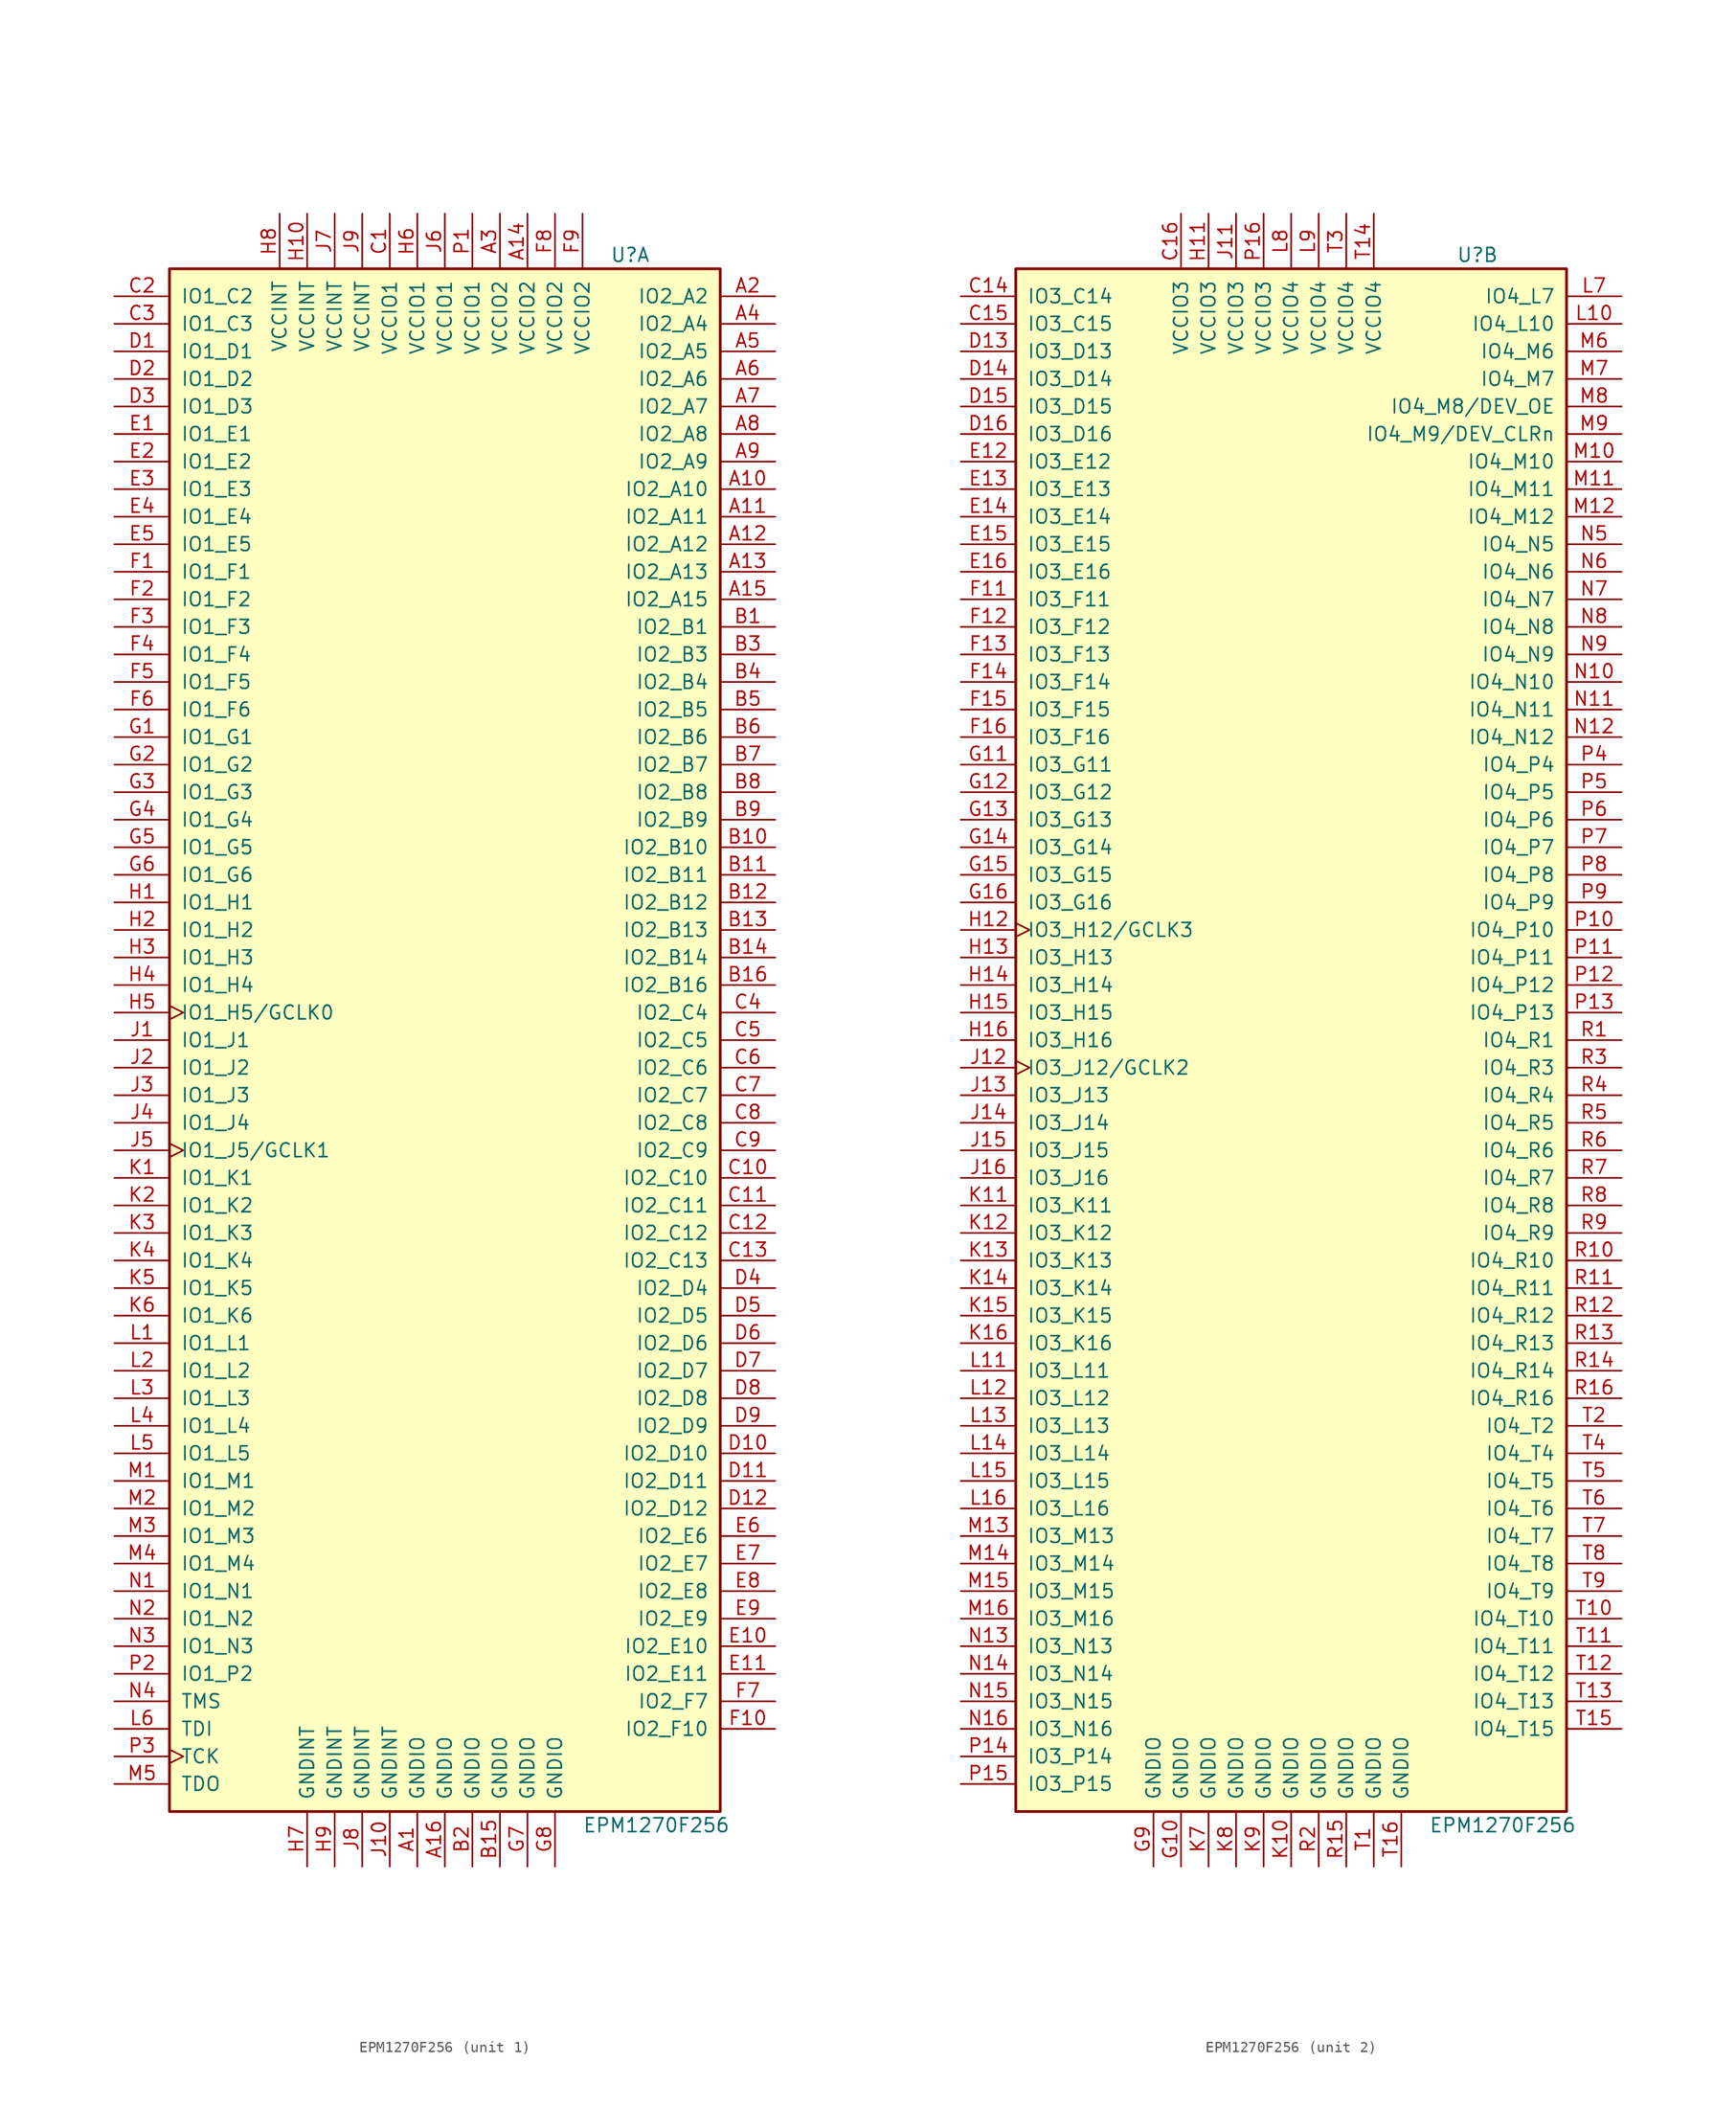
<source format=kicad_sym>
(kicad_symbol_lib
  (version 20241209)
  (generator "kicad_symbol_editor")
  (generator_version "9.0")
  (symbol "EPM1270F256"
    (pin_names
      (offset 1.016))
    (property "Reference" "U"
      (at 15.24 72.39 0)
      (effects (font (size 1.27 1.27)) (justify left)))
    (property "Value" "EPM1270F256"
      (at 12.7 -72.39 0)
      (effects (font (size 1.27 1.27)) (justify left)))
    (property "ki_locked" ""
      (at 0 0 0)
      (effects (font (size 1.27 1.27))))
    (symbol "EPM1270F256_1_1"
      (rectangle (start -25.4 71.12) (end 25.4 -71.12) (stroke (width 0.254) (type default)) (fill (type background)))
      (pin bidirectional line (at -30.48 68.58 0) (length 5.08) (name "IO1_C2" (effects (font (size 1.27 1.27)))) (number "C2" (effects (font (size 1.27 1.27)))))
      (pin bidirectional line (at -30.48 66.04 0) (length 5.08) (name "IO1_C3" (effects (font (size 1.27 1.27)))) (number "C3" (effects (font (size 1.27 1.27)))))
      (pin bidirectional line (at -30.48 63.5 0) (length 5.08) (name "IO1_D1" (effects (font (size 1.27 1.27)))) (number "D1" (effects (font (size 1.27 1.27)))))
      (pin bidirectional line (at -30.48 60.96 0) (length 5.08) (name "IO1_D2" (effects (font (size 1.27 1.27)))) (number "D2" (effects (font (size 1.27 1.27)))))
      (pin bidirectional line (at -30.48 58.42 0) (length 5.08) (name "IO1_D3" (effects (font (size 1.27 1.27)))) (number "D3" (effects (font (size 1.27 1.27)))))
      (pin bidirectional line (at -30.48 55.88 0) (length 5.08) (name "IO1_E1" (effects (font (size 1.27 1.27)))) (number "E1" (effects (font (size 1.27 1.27)))))
      (pin bidirectional line (at -30.48 53.34 0) (length 5.08) (name "IO1_E2" (effects (font (size 1.27 1.27)))) (number "E2" (effects (font (size 1.27 1.27)))))
      (pin bidirectional line (at -30.48 50.8 0) (length 5.08) (name "IO1_E3" (effects (font (size 1.27 1.27)))) (number "E3" (effects (font (size 1.27 1.27)))))
      (pin bidirectional line (at -30.48 48.26 0) (length 5.08) (name "IO1_E4" (effects (font (size 1.27 1.27)))) (number "E4" (effects (font (size 1.27 1.27)))))
      (pin bidirectional line (at -30.48 45.72 0) (length 5.08) (name "IO1_E5" (effects (font (size 1.27 1.27)))) (number "E5" (effects (font (size 1.27 1.27)))))
      (pin bidirectional line (at -30.48 43.18 0) (length 5.08) (name "IO1_F1" (effects (font (size 1.27 1.27)))) (number "F1" (effects (font (size 1.27 1.27)))))
      (pin bidirectional line (at -30.48 40.64 0) (length 5.08) (name "IO1_F2" (effects (font (size 1.27 1.27)))) (number "F2" (effects (font (size 1.27 1.27)))))
      (pin bidirectional line (at -30.48 38.1 0) (length 5.08) (name "IO1_F3" (effects (font (size 1.27 1.27)))) (number "F3" (effects (font (size 1.27 1.27)))))
      (pin bidirectional line (at -30.48 35.56 0) (length 5.08) (name "IO1_F4" (effects (font (size 1.27 1.27)))) (number "F4" (effects (font (size 1.27 1.27)))))
      (pin bidirectional line (at -30.48 33.02 0) (length 5.08) (name "IO1_F5" (effects (font (size 1.27 1.27)))) (number "F5" (effects (font (size 1.27 1.27)))))
      (pin bidirectional line (at -30.48 30.48 0) (length 5.08) (name "IO1_F6" (effects (font (size 1.27 1.27)))) (number "F6" (effects (font (size 1.27 1.27)))))
      (pin bidirectional line (at -30.48 27.94 0) (length 5.08) (name "IO1_G1" (effects (font (size 1.27 1.27)))) (number "G1" (effects (font (size 1.27 1.27)))))
      (pin bidirectional line (at -30.48 25.4 0) (length 5.08) (name "IO1_G2" (effects (font (size 1.27 1.27)))) (number "G2" (effects (font (size 1.27 1.27)))))
      (pin bidirectional line (at -30.48 22.86 0) (length 5.08) (name "IO1_G3" (effects (font (size 1.27 1.27)))) (number "G3" (effects (font (size 1.27 1.27)))))
      (pin bidirectional line (at -30.48 20.32 0) (length 5.08) (name "IO1_G4" (effects (font (size 1.27 1.27)))) (number "G4" (effects (font (size 1.27 1.27)))))
      (pin bidirectional line (at -30.48 17.78 0) (length 5.08) (name "IO1_G5" (effects (font (size 1.27 1.27)))) (number "G5" (effects (font (size 1.27 1.27)))))
      (pin bidirectional line (at -30.48 15.24 0) (length 5.08) (name "IO1_G6" (effects (font (size 1.27 1.27)))) (number "G6" (effects (font (size 1.27 1.27)))))
      (pin bidirectional line (at -30.48 12.7 0) (length 5.08) (name "IO1_H1" (effects (font (size 1.27 1.27)))) (number "H1" (effects (font (size 1.27 1.27)))))
      (pin bidirectional line (at -30.48 10.16 0) (length 5.08) (name "IO1_H2" (effects (font (size 1.27 1.27)))) (number "H2" (effects (font (size 1.27 1.27)))))
      (pin bidirectional line (at -30.48 7.62 0) (length 5.08) (name "IO1_H3" (effects (font (size 1.27 1.27)))) (number "H3" (effects (font (size 1.27 1.27)))))
      (pin bidirectional line (at -30.48 5.08 0) (length 5.08) (name "IO1_H4" (effects (font (size 1.27 1.27)))) (number "H4" (effects (font (size 1.27 1.27)))))
      (pin bidirectional clock (at -30.48 2.54 0) (length 5.08) (name "IO1_H5/GCLK0" (effects (font (size 1.27 1.27)))) (number "H5" (effects (font (size 1.27 1.27)))))
      (pin bidirectional line (at -30.48 0 0) (length 5.08) (name "IO1_J1" (effects (font (size 1.27 1.27)))) (number "J1" (effects (font (size 1.27 1.27)))))
      (pin bidirectional line (at -30.48 -2.54 0) (length 5.08) (name "IO1_J2" (effects (font (size 1.27 1.27)))) (number "J2" (effects (font (size 1.27 1.27)))))
      (pin bidirectional line (at -30.48 -5.08 0) (length 5.08) (name "IO1_J3" (effects (font (size 1.27 1.27)))) (number "J3" (effects (font (size 1.27 1.27)))))
      (pin bidirectional line (at -30.48 -7.62 0) (length 5.08) (name "IO1_J4" (effects (font (size 1.27 1.27)))) (number "J4" (effects (font (size 1.27 1.27)))))
      (pin bidirectional clock (at -30.48 -10.16 0) (length 5.08) (name "IO1_J5/GCLK1" (effects (font (size 1.27 1.27)))) (number "J5" (effects (font (size 1.27 1.27)))))
      (pin bidirectional line (at -30.48 -12.7 0) (length 5.08) (name "IO1_K1" (effects (font (size 1.27 1.27)))) (number "K1" (effects (font (size 1.27 1.27)))))
      (pin bidirectional line (at -30.48 -15.24 0) (length 5.08) (name "IO1_K2" (effects (font (size 1.27 1.27)))) (number "K2" (effects (font (size 1.27 1.27)))))
      (pin bidirectional line (at -30.48 -17.78 0) (length 5.08) (name "IO1_K3" (effects (font (size 1.27 1.27)))) (number "K3" (effects (font (size 1.27 1.27)))))
      (pin bidirectional line (at -30.48 -20.32 0) (length 5.08) (name "IO1_K4" (effects (font (size 1.27 1.27)))) (number "K4" (effects (font (size 1.27 1.27)))))
      (pin bidirectional line (at -30.48 -22.86 0) (length 5.08) (name "IO1_K5" (effects (font (size 1.27 1.27)))) (number "K5" (effects (font (size 1.27 1.27)))))
      (pin bidirectional line (at -30.48 -25.4 0) (length 5.08) (name "IO1_K6" (effects (font (size 1.27 1.27)))) (number "K6" (effects (font (size 1.27 1.27)))))
      (pin bidirectional line (at -30.48 -27.94 0) (length 5.08) (name "IO1_L1" (effects (font (size 1.27 1.27)))) (number "L1" (effects (font (size 1.27 1.27)))))
      (pin bidirectional line (at -30.48 -30.48 0) (length 5.08) (name "IO1_L2" (effects (font (size 1.27 1.27)))) (number "L2" (effects (font (size 1.27 1.27)))))
      (pin bidirectional line (at -30.48 -33.02 0) (length 5.08) (name "IO1_L3" (effects (font (size 1.27 1.27)))) (number "L3" (effects (font (size 1.27 1.27)))))
      (pin bidirectional line (at -30.48 -35.56 0) (length 5.08) (name "IO1_L4" (effects (font (size 1.27 1.27)))) (number "L4" (effects (font (size 1.27 1.27)))))
      (pin bidirectional line (at -30.48 -38.1 0) (length 5.08) (name "IO1_L5" (effects (font (size 1.27 1.27)))) (number "L5" (effects (font (size 1.27 1.27)))))
      (pin bidirectional line (at -30.48 -40.64 0) (length 5.08) (name "IO1_M1" (effects (font (size 1.27 1.27)))) (number "M1" (effects (font (size 1.27 1.27)))))
      (pin bidirectional line (at -30.48 -43.18 0) (length 5.08) (name "IO1_M2" (effects (font (size 1.27 1.27)))) (number "M2" (effects (font (size 1.27 1.27)))))
      (pin bidirectional line (at -30.48 -45.72 0) (length 5.08) (name "IO1_M3" (effects (font (size 1.27 1.27)))) (number "M3" (effects (font (size 1.27 1.27)))))
      (pin bidirectional line (at -30.48 -48.26 0) (length 5.08) (name "IO1_M4" (effects (font (size 1.27 1.27)))) (number "M4" (effects (font (size 1.27 1.27)))))
      (pin bidirectional line (at -30.48 -50.8 0) (length 5.08) (name "IO1_N1" (effects (font (size 1.27 1.27)))) (number "N1" (effects (font (size 1.27 1.27)))))
      (pin bidirectional line (at -30.48 -53.34 0) (length 5.08) (name "IO1_N2" (effects (font (size 1.27 1.27)))) (number "N2" (effects (font (size 1.27 1.27)))))
      (pin bidirectional line (at -30.48 -55.88 0) (length 5.08) (name "IO1_N3" (effects (font (size 1.27 1.27)))) (number "N3" (effects (font (size 1.27 1.27)))))
      (pin bidirectional line (at -30.48 -58.42 0) (length 5.08) (name "IO1_P2" (effects (font (size 1.27 1.27)))) (number "P2" (effects (font (size 1.27 1.27)))))
      (pin input line (at -30.48 -60.96 0) (length 5.08) (name "TMS" (effects (font (size 1.27 1.27)))) (number "N4" (effects (font (size 1.27 1.27)))))
      (pin input line (at -30.48 -63.5 0) (length 5.08) (name "TDI" (effects (font (size 1.27 1.27)))) (number "L6" (effects (font (size 1.27 1.27)))))
      (pin input clock (at -30.48 -66.04 0) (length 5.08) (name "TCK" (effects (font (size 1.27 1.27)))) (number "P3" (effects (font (size 1.27 1.27)))))
      (pin output line (at -30.48 -68.58 0) (length 5.08) (name "TDO" (effects (font (size 1.27 1.27)))) (number "M5" (effects (font (size 1.27 1.27)))))
      (pin power_in line (at -15.24 76.2 270) (length 5.08) (name "VCCINT" (effects (font (size 1.27 1.27)))) (number "H8" (effects (font (size 1.27 1.27)))))
      (pin power_in line (at -12.7 76.2 270) (length 5.08) (name "VCCINT" (effects (font (size 1.27 1.27)))) (number "H10" (effects (font (size 1.27 1.27)))))
      (pin power_in line (at -12.7 -76.2 90) (length 5.08) (name "GNDINT" (effects (font (size 1.27 1.27)))) (number "H7" (effects (font (size 1.27 1.27)))))
      (pin power_in line (at -10.16 76.2 270) (length 5.08) (name "VCCINT" (effects (font (size 1.27 1.27)))) (number "J7" (effects (font (size 1.27 1.27)))))
      (pin power_in line (at -10.16 -76.2 90) (length 5.08) (name "GNDINT" (effects (font (size 1.27 1.27)))) (number "H9" (effects (font (size 1.27 1.27)))))
      (pin power_in line (at -7.62 76.2 270) (length 5.08) (name "VCCINT" (effects (font (size 1.27 1.27)))) (number "J9" (effects (font (size 1.27 1.27)))))
      (pin power_in line (at -7.62 -76.2 90) (length 5.08) (name "GNDINT" (effects (font (size 1.27 1.27)))) (number "J8" (effects (font (size 1.27 1.27)))))
      (pin power_in line (at -5.08 76.2 270) (length 5.08) (name "VCCIO1" (effects (font (size 1.27 1.27)))) (number "C1" (effects (font (size 1.27 1.27)))))
      (pin power_in line (at -5.08 -76.2 90) (length 5.08) (name "GNDINT" (effects (font (size 1.27 1.27)))) (number "J10" (effects (font (size 1.27 1.27)))))
      (pin power_in line (at -2.54 76.2 270) (length 5.08) (name "VCCIO1" (effects (font (size 1.27 1.27)))) (number "H6" (effects (font (size 1.27 1.27)))))
      (pin power_in line (at -2.54 -76.2 90) (length 5.08) (name "GNDIO" (effects (font (size 1.27 1.27)))) (number "A1" (effects (font (size 1.27 1.27)))))
      (pin power_in line (at 0 76.2 270) (length 5.08) (name "VCCIO1" (effects (font (size 1.27 1.27)))) (number "J6" (effects (font (size 1.27 1.27)))))
      (pin power_in line (at 0 -76.2 90) (length 5.08) (name "GNDIO" (effects (font (size 1.27 1.27)))) (number "A16" (effects (font (size 1.27 1.27)))))
      (pin power_in line (at 2.54 76.2 270) (length 5.08) (name "VCCIO1" (effects (font (size 1.27 1.27)))) (number "P1" (effects (font (size 1.27 1.27)))))
      (pin power_in line (at 2.54 -76.2 90) (length 5.08) (name "GNDIO" (effects (font (size 1.27 1.27)))) (number "B2" (effects (font (size 1.27 1.27)))))
      (pin power_in line (at 5.08 76.2 270) (length 5.08) (name "VCCIO2" (effects (font (size 1.27 1.27)))) (number "A3" (effects (font (size 1.27 1.27)))))
      (pin power_in line (at 5.08 -76.2 90) (length 5.08) (name "GNDIO" (effects (font (size 1.27 1.27)))) (number "B15" (effects (font (size 1.27 1.27)))))
      (pin power_in line (at 7.62 76.2 270) (length 5.08) (name "VCCIO2" (effects (font (size 1.27 1.27)))) (number "A14" (effects (font (size 1.27 1.27)))))
      (pin power_in line (at 7.62 -76.2 90) (length 5.08) (name "GNDIO" (effects (font (size 1.27 1.27)))) (number "G7" (effects (font (size 1.27 1.27)))))
      (pin power_in line (at 10.16 76.2 270) (length 5.08) (name "VCCIO2" (effects (font (size 1.27 1.27)))) (number "F8" (effects (font (size 1.27 1.27)))))
      (pin power_in line (at 10.16 -76.2 90) (length 5.08) (name "GNDIO" (effects (font (size 1.27 1.27)))) (number "G8" (effects (font (size 1.27 1.27)))))
      (pin power_in line (at 12.7 76.2 270) (length 5.08) (name "VCCIO2" (effects (font (size 1.27 1.27)))) (number "F9" (effects (font (size 1.27 1.27)))))
      (pin bidirectional line (at 30.48 68.58 180) (length 5.08) (name "IO2_A2" (effects (font (size 1.27 1.27)))) (number "A2" (effects (font (size 1.27 1.27)))))
      (pin bidirectional line (at 30.48 66.04 180) (length 5.08) (name "IO2_A4" (effects (font (size 1.27 1.27)))) (number "A4" (effects (font (size 1.27 1.27)))))
      (pin bidirectional line (at 30.48 63.5 180) (length 5.08) (name "IO2_A5" (effects (font (size 1.27 1.27)))) (number "A5" (effects (font (size 1.27 1.27)))))
      (pin bidirectional line (at 30.48 60.96 180) (length 5.08) (name "IO2_A6" (effects (font (size 1.27 1.27)))) (number "A6" (effects (font (size 1.27 1.27)))))
      (pin bidirectional line (at 30.48 58.42 180) (length 5.08) (name "IO2_A7" (effects (font (size 1.27 1.27)))) (number "A7" (effects (font (size 1.27 1.27)))))
      (pin bidirectional line (at 30.48 55.88 180) (length 5.08) (name "IO2_A8" (effects (font (size 1.27 1.27)))) (number "A8" (effects (font (size 1.27 1.27)))))
      (pin bidirectional line (at 30.48 53.34 180) (length 5.08) (name "IO2_A9" (effects (font (size 1.27 1.27)))) (number "A9" (effects (font (size 1.27 1.27)))))
      (pin bidirectional line (at 30.48 50.8 180) (length 5.08) (name "IO2_A10" (effects (font (size 1.27 1.27)))) (number "A10" (effects (font (size 1.27 1.27)))))
      (pin bidirectional line (at 30.48 48.26 180) (length 5.08) (name "IO2_A11" (effects (font (size 1.27 1.27)))) (number "A11" (effects (font (size 1.27 1.27)))))
      (pin bidirectional line (at 30.48 45.72 180) (length 5.08) (name "IO2_A12" (effects (font (size 1.27 1.27)))) (number "A12" (effects (font (size 1.27 1.27)))))
      (pin bidirectional line (at 30.48 43.18 180) (length 5.08) (name "IO2_A13" (effects (font (size 1.27 1.27)))) (number "A13" (effects (font (size 1.27 1.27)))))
      (pin bidirectional line (at 30.48 40.64 180) (length 5.08) (name "IO2_A15" (effects (font (size 1.27 1.27)))) (number "A15" (effects (font (size 1.27 1.27)))))
      (pin bidirectional line (at 30.48 38.1 180) (length 5.08) (name "IO2_B1" (effects (font (size 1.27 1.27)))) (number "B1" (effects (font (size 1.27 1.27)))))
      (pin bidirectional line (at 30.48 35.56 180) (length 5.08) (name "IO2_B3" (effects (font (size 1.27 1.27)))) (number "B3" (effects (font (size 1.27 1.27)))))
      (pin bidirectional line (at 30.48 33.02 180) (length 5.08) (name "IO2_B4" (effects (font (size 1.27 1.27)))) (number "B4" (effects (font (size 1.27 1.27)))))
      (pin bidirectional line (at 30.48 30.48 180) (length 5.08) (name "IO2_B5" (effects (font (size 1.27 1.27)))) (number "B5" (effects (font (size 1.27 1.27)))))
      (pin bidirectional line (at 30.48 27.94 180) (length 5.08) (name "IO2_B6" (effects (font (size 1.27 1.27)))) (number "B6" (effects (font (size 1.27 1.27)))))
      (pin bidirectional line (at 30.48 25.4 180) (length 5.08) (name "IO2_B7" (effects (font (size 1.27 1.27)))) (number "B7" (effects (font (size 1.27 1.27)))))
      (pin bidirectional line (at 30.48 22.86 180) (length 5.08) (name "IO2_B8" (effects (font (size 1.27 1.27)))) (number "B8" (effects (font (size 1.27 1.27)))))
      (pin bidirectional line (at 30.48 20.32 180) (length 5.08) (name "IO2_B9" (effects (font (size 1.27 1.27)))) (number "B9" (effects (font (size 1.27 1.27)))))
      (pin bidirectional line (at 30.48 17.78 180) (length 5.08) (name "IO2_B10" (effects (font (size 1.27 1.27)))) (number "B10" (effects (font (size 1.27 1.27)))))
      (pin bidirectional line (at 30.48 15.24 180) (length 5.08) (name "IO2_B11" (effects (font (size 1.27 1.27)))) (number "B11" (effects (font (size 1.27 1.27)))))
      (pin bidirectional line (at 30.48 12.7 180) (length 5.08) (name "IO2_B12" (effects (font (size 1.27 1.27)))) (number "B12" (effects (font (size 1.27 1.27)))))
      (pin bidirectional line (at 30.48 10.16 180) (length 5.08) (name "IO2_B13" (effects (font (size 1.27 1.27)))) (number "B13" (effects (font (size 1.27 1.27)))))
      (pin bidirectional line (at 30.48 7.62 180) (length 5.08) (name "IO2_B14" (effects (font (size 1.27 1.27)))) (number "B14" (effects (font (size 1.27 1.27)))))
      (pin bidirectional line (at 30.48 5.08 180) (length 5.08) (name "IO2_B16" (effects (font (size 1.27 1.27)))) (number "B16" (effects (font (size 1.27 1.27)))))
      (pin bidirectional line (at 30.48 2.54 180) (length 5.08) (name "IO2_C4" (effects (font (size 1.27 1.27)))) (number "C4" (effects (font (size 1.27 1.27)))))
      (pin bidirectional line (at 30.48 0 180) (length 5.08) (name "IO2_C5" (effects (font (size 1.27 1.27)))) (number "C5" (effects (font (size 1.27 1.27)))))
      (pin bidirectional line (at 30.48 -2.54 180) (length 5.08) (name "IO2_C6" (effects (font (size 1.27 1.27)))) (number "C6" (effects (font (size 1.27 1.27)))))
      (pin bidirectional line (at 30.48 -5.08 180) (length 5.08) (name "IO2_C7" (effects (font (size 1.27 1.27)))) (number "C7" (effects (font (size 1.27 1.27)))))
      (pin bidirectional line (at 30.48 -7.62 180) (length 5.08) (name "IO2_C8" (effects (font (size 1.27 1.27)))) (number "C8" (effects (font (size 1.27 1.27)))))
      (pin bidirectional line (at 30.48 -10.16 180) (length 5.08) (name "IO2_C9" (effects (font (size 1.27 1.27)))) (number "C9" (effects (font (size 1.27 1.27)))))
      (pin bidirectional line (at 30.48 -12.7 180) (length 5.08) (name "IO2_C10" (effects (font (size 1.27 1.27)))) (number "C10" (effects (font (size 1.27 1.27)))))
      (pin bidirectional line (at 30.48 -15.24 180) (length 5.08) (name "IO2_C11" (effects (font (size 1.27 1.27)))) (number "C11" (effects (font (size 1.27 1.27)))))
      (pin bidirectional line (at 30.48 -17.78 180) (length 5.08) (name "IO2_C12" (effects (font (size 1.27 1.27)))) (number "C12" (effects (font (size 1.27 1.27)))))
      (pin bidirectional line (at 30.48 -20.32 180) (length 5.08) (name "IO2_C13" (effects (font (size 1.27 1.27)))) (number "C13" (effects (font (size 1.27 1.27)))))
      (pin bidirectional line (at 30.48 -22.86 180) (length 5.08) (name "IO2_D4" (effects (font (size 1.27 1.27)))) (number "D4" (effects (font (size 1.27 1.27)))))
      (pin bidirectional line (at 30.48 -25.4 180) (length 5.08) (name "IO2_D5" (effects (font (size 1.27 1.27)))) (number "D5" (effects (font (size 1.27 1.27)))))
      (pin bidirectional line (at 30.48 -27.94 180) (length 5.08) (name "IO2_D6" (effects (font (size 1.27 1.27)))) (number "D6" (effects (font (size 1.27 1.27)))))
      (pin bidirectional line (at 30.48 -30.48 180) (length 5.08) (name "IO2_D7" (effects (font (size 1.27 1.27)))) (number "D7" (effects (font (size 1.27 1.27)))))
      (pin bidirectional line (at 30.48 -33.02 180) (length 5.08) (name "IO2_D8" (effects (font (size 1.27 1.27)))) (number "D8" (effects (font (size 1.27 1.27)))))
      (pin bidirectional line (at 30.48 -35.56 180) (length 5.08) (name "IO2_D9" (effects (font (size 1.27 1.27)))) (number "D9" (effects (font (size 1.27 1.27)))))
      (pin bidirectional line (at 30.48 -38.1 180) (length 5.08) (name "IO2_D10" (effects (font (size 1.27 1.27)))) (number "D10" (effects (font (size 1.27 1.27)))))
      (pin bidirectional line (at 30.48 -40.64 180) (length 5.08) (name "IO2_D11" (effects (font (size 1.27 1.27)))) (number "D11" (effects (font (size 1.27 1.27)))))
      (pin bidirectional line (at 30.48 -43.18 180) (length 5.08) (name "IO2_D12" (effects (font (size 1.27 1.27)))) (number "D12" (effects (font (size 1.27 1.27)))))
      (pin bidirectional line (at 30.48 -45.72 180) (length 5.08) (name "IO2_E6" (effects (font (size 1.27 1.27)))) (number "E6" (effects (font (size 1.27 1.27)))))
      (pin bidirectional line (at 30.48 -48.26 180) (length 5.08) (name "IO2_E7" (effects (font (size 1.27 1.27)))) (number "E7" (effects (font (size 1.27 1.27)))))
      (pin bidirectional line (at 30.48 -50.8 180) (length 5.08) (name "IO2_E8" (effects (font (size 1.27 1.27)))) (number "E8" (effects (font (size 1.27 1.27)))))
      (pin bidirectional line (at 30.48 -53.34 180) (length 5.08) (name "IO2_E9" (effects (font (size 1.27 1.27)))) (number "E9" (effects (font (size 1.27 1.27)))))
      (pin bidirectional line (at 30.48 -55.88 180) (length 5.08) (name "IO2_E10" (effects (font (size 1.27 1.27)))) (number "E10" (effects (font (size 1.27 1.27)))))
      (pin bidirectional line (at 30.48 -58.42 180) (length 5.08) (name "IO2_E11" (effects (font (size 1.27 1.27)))) (number "E11" (effects (font (size 1.27 1.27)))))
      (pin bidirectional line (at 30.48 -60.96 180) (length 5.08) (name "IO2_F7" (effects (font (size 1.27 1.27)))) (number "F7" (effects (font (size 1.27 1.27)))))
      (pin bidirectional line (at 30.48 -63.5 180) (length 5.08) (name "IO2_F10" (effects (font (size 1.27 1.27)))) (number "F10" (effects (font (size 1.27 1.27))))))
    (symbol "EPM1270F256_2_1"
      (rectangle (start -25.4 71.12) (end 25.4 -71.12) (stroke (width 0.254) (type default)) (fill (type background)))
      (pin bidirectional line (at -30.48 68.58 0) (length 5.08) (name "IO3_C14" (effects (font (size 1.27 1.27)))) (number "C14" (effects (font (size 1.27 1.27)))))
      (pin bidirectional line (at -30.48 66.04 0) (length 5.08) (name "IO3_C15" (effects (font (size 1.27 1.27)))) (number "C15" (effects (font (size 1.27 1.27)))))
      (pin bidirectional line (at -30.48 63.5 0) (length 5.08) (name "IO3_D13" (effects (font (size 1.27 1.27)))) (number "D13" (effects (font (size 1.27 1.27)))))
      (pin bidirectional line (at -30.48 60.96 0) (length 5.08) (name "IO3_D14" (effects (font (size 1.27 1.27)))) (number "D14" (effects (font (size 1.27 1.27)))))
      (pin bidirectional line (at -30.48 58.42 0) (length 5.08) (name "IO3_D15" (effects (font (size 1.27 1.27)))) (number "D15" (effects (font (size 1.27 1.27)))))
      (pin bidirectional line (at -30.48 55.88 0) (length 5.08) (name "IO3_D16" (effects (font (size 1.27 1.27)))) (number "D16" (effects (font (size 1.27 1.27)))))
      (pin bidirectional line (at -30.48 53.34 0) (length 5.08) (name "IO3_E12" (effects (font (size 1.27 1.27)))) (number "E12" (effects (font (size 1.27 1.27)))))
      (pin bidirectional line (at -30.48 50.8 0) (length 5.08) (name "IO3_E13" (effects (font (size 1.27 1.27)))) (number "E13" (effects (font (size 1.27 1.27)))))
      (pin bidirectional line (at -30.48 48.26 0) (length 5.08) (name "IO3_E14" (effects (font (size 1.27 1.27)))) (number "E14" (effects (font (size 1.27 1.27)))))
      (pin bidirectional line (at -30.48 45.72 0) (length 5.08) (name "IO3_E15" (effects (font (size 1.27 1.27)))) (number "E15" (effects (font (size 1.27 1.27)))))
      (pin bidirectional line (at -30.48 43.18 0) (length 5.08) (name "IO3_E16" (effects (font (size 1.27 1.27)))) (number "E16" (effects (font (size 1.27 1.27)))))
      (pin bidirectional line (at -30.48 40.64 0) (length 5.08) (name "IO3_F11" (effects (font (size 1.27 1.27)))) (number "F11" (effects (font (size 1.27 1.27)))))
      (pin bidirectional line (at -30.48 38.1 0) (length 5.08) (name "IO3_F12" (effects (font (size 1.27 1.27)))) (number "F12" (effects (font (size 1.27 1.27)))))
      (pin bidirectional line (at -30.48 35.56 0) (length 5.08) (name "IO3_F13" (effects (font (size 1.27 1.27)))) (number "F13" (effects (font (size 1.27 1.27)))))
      (pin bidirectional line (at -30.48 33.02 0) (length 5.08) (name "IO3_F14" (effects (font (size 1.27 1.27)))) (number "F14" (effects (font (size 1.27 1.27)))))
      (pin bidirectional line (at -30.48 30.48 0) (length 5.08) (name "IO3_F15" (effects (font (size 1.27 1.27)))) (number "F15" (effects (font (size 1.27 1.27)))))
      (pin bidirectional line (at -30.48 27.94 0) (length 5.08) (name "IO3_F16" (effects (font (size 1.27 1.27)))) (number "F16" (effects (font (size 1.27 1.27)))))
      (pin bidirectional line (at -30.48 25.4 0) (length 5.08) (name "IO3_G11" (effects (font (size 1.27 1.27)))) (number "G11" (effects (font (size 1.27 1.27)))))
      (pin bidirectional line (at -30.48 22.86 0) (length 5.08) (name "IO3_G12" (effects (font (size 1.27 1.27)))) (number "G12" (effects (font (size 1.27 1.27)))))
      (pin bidirectional line (at -30.48 20.32 0) (length 5.08) (name "IO3_G13" (effects (font (size 1.27 1.27)))) (number "G13" (effects (font (size 1.27 1.27)))))
      (pin bidirectional line (at -30.48 17.78 0) (length 5.08) (name "IO3_G14" (effects (font (size 1.27 1.27)))) (number "G14" (effects (font (size 1.27 1.27)))))
      (pin bidirectional line (at -30.48 15.24 0) (length 5.08) (name "IO3_G15" (effects (font (size 1.27 1.27)))) (number "G15" (effects (font (size 1.27 1.27)))))
      (pin bidirectional line (at -30.48 12.7 0) (length 5.08) (name "IO3_G16" (effects (font (size 1.27 1.27)))) (number "G16" (effects (font (size 1.27 1.27)))))
      (pin bidirectional clock (at -30.48 10.16 0) (length 5.08) (name "IO3_H12/GCLK3" (effects (font (size 1.27 1.27)))) (number "H12" (effects (font (size 1.27 1.27)))))
      (pin bidirectional line (at -30.48 7.62 0) (length 5.08) (name "IO3_H13" (effects (font (size 1.27 1.27)))) (number "H13" (effects (font (size 1.27 1.27)))))
      (pin bidirectional line (at -30.48 5.08 0) (length 5.08) (name "IO3_H14" (effects (font (size 1.27 1.27)))) (number "H14" (effects (font (size 1.27 1.27)))))
      (pin bidirectional line (at -30.48 2.54 0) (length 5.08) (name "IO3_H15" (effects (font (size 1.27 1.27)))) (number "H15" (effects (font (size 1.27 1.27)))))
      (pin bidirectional line (at -30.48 0 0) (length 5.08) (name "IO3_H16" (effects (font (size 1.27 1.27)))) (number "H16" (effects (font (size 1.27 1.27)))))
      (pin bidirectional clock (at -30.48 -2.54 0) (length 5.08) (name "IO3_J12/GCLK2" (effects (font (size 1.27 1.27)))) (number "J12" (effects (font (size 1.27 1.27)))))
      (pin bidirectional line (at -30.48 -5.08 0) (length 5.08) (name "IO3_J13" (effects (font (size 1.27 1.27)))) (number "J13" (effects (font (size 1.27 1.27)))))
      (pin bidirectional line (at -30.48 -7.62 0) (length 5.08) (name "IO3_J14" (effects (font (size 1.27 1.27)))) (number "J14" (effects (font (size 1.27 1.27)))))
      (pin bidirectional line (at -30.48 -10.16 0) (length 5.08) (name "IO3_J15" (effects (font (size 1.27 1.27)))) (number "J15" (effects (font (size 1.27 1.27)))))
      (pin bidirectional line (at -30.48 -12.7 0) (length 5.08) (name "IO3_J16" (effects (font (size 1.27 1.27)))) (number "J16" (effects (font (size 1.27 1.27)))))
      (pin bidirectional line (at -30.48 -15.24 0) (length 5.08) (name "IO3_K11" (effects (font (size 1.27 1.27)))) (number "K11" (effects (font (size 1.27 1.27)))))
      (pin bidirectional line (at -30.48 -17.78 0) (length 5.08) (name "IO3_K12" (effects (font (size 1.27 1.27)))) (number "K12" (effects (font (size 1.27 1.27)))))
      (pin bidirectional line (at -30.48 -20.32 0) (length 5.08) (name "IO3_K13" (effects (font (size 1.27 1.27)))) (number "K13" (effects (font (size 1.27 1.27)))))
      (pin bidirectional line (at -30.48 -22.86 0) (length 5.08) (name "IO3_K14" (effects (font (size 1.27 1.27)))) (number "K14" (effects (font (size 1.27 1.27)))))
      (pin bidirectional line (at -30.48 -25.4 0) (length 5.08) (name "IO3_K15" (effects (font (size 1.27 1.27)))) (number "K15" (effects (font (size 1.27 1.27)))))
      (pin bidirectional line (at -30.48 -27.94 0) (length 5.08) (name "IO3_K16" (effects (font (size 1.27 1.27)))) (number "K16" (effects (font (size 1.27 1.27)))))
      (pin bidirectional line (at -30.48 -30.48 0) (length 5.08) (name "IO3_L11" (effects (font (size 1.27 1.27)))) (number "L11" (effects (font (size 1.27 1.27)))))
      (pin bidirectional line (at -30.48 -33.02 0) (length 5.08) (name "IO3_L12" (effects (font (size 1.27 1.27)))) (number "L12" (effects (font (size 1.27 1.27)))))
      (pin bidirectional line (at -30.48 -35.56 0) (length 5.08) (name "IO3_L13" (effects (font (size 1.27 1.27)))) (number "L13" (effects (font (size 1.27 1.27)))))
      (pin bidirectional line (at -30.48 -38.1 0) (length 5.08) (name "IO3_L14" (effects (font (size 1.27 1.27)))) (number "L14" (effects (font (size 1.27 1.27)))))
      (pin bidirectional line (at -30.48 -40.64 0) (length 5.08) (name "IO3_L15" (effects (font (size 1.27 1.27)))) (number "L15" (effects (font (size 1.27 1.27)))))
      (pin bidirectional line (at -30.48 -43.18 0) (length 5.08) (name "IO3_L16" (effects (font (size 1.27 1.27)))) (number "L16" (effects (font (size 1.27 1.27)))))
      (pin bidirectional line (at -30.48 -45.72 0) (length 5.08) (name "IO3_M13" (effects (font (size 1.27 1.27)))) (number "M13" (effects (font (size 1.27 1.27)))))
      (pin bidirectional line (at -30.48 -48.26 0) (length 5.08) (name "IO3_M14" (effects (font (size 1.27 1.27)))) (number "M14" (effects (font (size 1.27 1.27)))))
      (pin bidirectional line (at -30.48 -50.8 0) (length 5.08) (name "IO3_M15" (effects (font (size 1.27 1.27)))) (number "M15" (effects (font (size 1.27 1.27)))))
      (pin bidirectional line (at -30.48 -53.34 0) (length 5.08) (name "IO3_M16" (effects (font (size 1.27 1.27)))) (number "M16" (effects (font (size 1.27 1.27)))))
      (pin bidirectional line (at -30.48 -55.88 0) (length 5.08) (name "IO3_N13" (effects (font (size 1.27 1.27)))) (number "N13" (effects (font (size 1.27 1.27)))))
      (pin bidirectional line (at -30.48 -58.42 0) (length 5.08) (name "IO3_N14" (effects (font (size 1.27 1.27)))) (number "N14" (effects (font (size 1.27 1.27)))))
      (pin bidirectional line (at -30.48 -60.96 0) (length 5.08) (name "IO3_N15" (effects (font (size 1.27 1.27)))) (number "N15" (effects (font (size 1.27 1.27)))))
      (pin bidirectional line (at -30.48 -63.5 0) (length 5.08) (name "IO3_N16" (effects (font (size 1.27 1.27)))) (number "N16" (effects (font (size 1.27 1.27)))))
      (pin bidirectional line (at -30.48 -66.04 0) (length 5.08) (name "IO3_P14" (effects (font (size 1.27 1.27)))) (number "P14" (effects (font (size 1.27 1.27)))))
      (pin bidirectional line (at -30.48 -68.58 0) (length 5.08) (name "IO3_P15" (effects (font (size 1.27 1.27)))) (number "P15" (effects (font (size 1.27 1.27)))))
      (pin power_in line (at -12.7 -76.2 90) (length 5.08) (name "GNDIO" (effects (font (size 1.27 1.27)))) (number "G9" (effects (font (size 1.27 1.27)))))
      (pin power_in line (at -10.16 76.2 270) (length 5.08) (name "VCCIO3" (effects (font (size 1.27 1.27)))) (number "C16" (effects (font (size 1.27 1.27)))))
      (pin power_in line (at -10.16 -76.2 90) (length 5.08) (name "GNDIO" (effects (font (size 1.27 1.27)))) (number "G10" (effects (font (size 1.27 1.27)))))
      (pin power_in line (at -7.62 76.2 270) (length 5.08) (name "VCCIO3" (effects (font (size 1.27 1.27)))) (number "H11" (effects (font (size 1.27 1.27)))))
      (pin power_in line (at -7.62 -76.2 90) (length 5.08) (name "GNDIO" (effects (font (size 1.27 1.27)))) (number "K7" (effects (font (size 1.27 1.27)))))
      (pin power_in line (at -5.08 76.2 270) (length 5.08) (name "VCCIO3" (effects (font (size 1.27 1.27)))) (number "J11" (effects (font (size 1.27 1.27)))))
      (pin power_in line (at -5.08 -76.2 90) (length 5.08) (name "GNDIO" (effects (font (size 1.27 1.27)))) (number "K8" (effects (font (size 1.27 1.27)))))
      (pin power_in line (at -2.54 76.2 270) (length 5.08) (name "VCCIO3" (effects (font (size 1.27 1.27)))) (number "P16" (effects (font (size 1.27 1.27)))))
      (pin power_in line (at -2.54 -76.2 90) (length 5.08) (name "GNDIO" (effects (font (size 1.27 1.27)))) (number "K9" (effects (font (size 1.27 1.27)))))
      (pin power_in line (at 0 76.2 270) (length 5.08) (name "VCCIO4" (effects (font (size 1.27 1.27)))) (number "L8" (effects (font (size 1.27 1.27)))))
      (pin power_in line (at 0 -76.2 90) (length 5.08) (name "GNDIO" (effects (font (size 1.27 1.27)))) (number "K10" (effects (font (size 1.27 1.27)))))
      (pin power_in line (at 2.54 76.2 270) (length 5.08) (name "VCCIO4" (effects (font (size 1.27 1.27)))) (number "L9" (effects (font (size 1.27 1.27)))))
      (pin power_in line (at 2.54 -76.2 90) (length 5.08) (name "GNDIO" (effects (font (size 1.27 1.27)))) (number "R2" (effects (font (size 1.27 1.27)))))
      (pin power_in line (at 5.08 76.2 270) (length 5.08) (name "VCCIO4" (effects (font (size 1.27 1.27)))) (number "T3" (effects (font (size 1.27 1.27)))))
      (pin power_in line (at 5.08 -76.2 90) (length 5.08) (name "GNDIO" (effects (font (size 1.27 1.27)))) (number "R15" (effects (font (size 1.27 1.27)))))
      (pin power_in line (at 7.62 76.2 270) (length 5.08) (name "VCCIO4" (effects (font (size 1.27 1.27)))) (number "T14" (effects (font (size 1.27 1.27)))))
      (pin power_in line (at 7.62 -76.2 90) (length 5.08) (name "GNDIO" (effects (font (size 1.27 1.27)))) (number "T1" (effects (font (size 1.27 1.27)))))
      (pin power_in line (at 10.16 -76.2 90) (length 5.08) (name "GNDIO" (effects (font (size 1.27 1.27)))) (number "T16" (effects (font (size 1.27 1.27)))))
      (pin bidirectional line (at 30.48 68.58 180) (length 5.08) (name "IO4_L7" (effects (font (size 1.27 1.27)))) (number "L7" (effects (font (size 1.27 1.27)))))
      (pin bidirectional line (at 30.48 66.04 180) (length 5.08) (name "IO4_L10" (effects (font (size 1.27 1.27)))) (number "L10" (effects (font (size 1.27 1.27)))))
      (pin bidirectional line (at 30.48 63.5 180) (length 5.08) (name "IO4_M6" (effects (font (size 1.27 1.27)))) (number "M6" (effects (font (size 1.27 1.27)))))
      (pin bidirectional line (at 30.48 60.96 180) (length 5.08) (name "IO4_M7" (effects (font (size 1.27 1.27)))) (number "M7" (effects (font (size 1.27 1.27)))))
      (pin bidirectional line (at 30.48 58.42 180) (length 5.08) (name "IO4_M8/DEV_OE" (effects (font (size 1.27 1.27)))) (number "M8" (effects (font (size 1.27 1.27)))))
      (pin bidirectional line (at 30.48 55.88 180) (length 5.08) (name "IO4_M9/DEV_CLRn" (effects (font (size 1.27 1.27)))) (number "M9" (effects (font (size 1.27 1.27)))))
      (pin bidirectional line (at 30.48 53.34 180) (length 5.08) (name "IO4_M10" (effects (font (size 1.27 1.27)))) (number "M10" (effects (font (size 1.27 1.27)))))
      (pin bidirectional line (at 30.48 50.8 180) (length 5.08) (name "IO4_M11" (effects (font (size 1.27 1.27)))) (number "M11" (effects (font (size 1.27 1.27)))))
      (pin bidirectional line (at 30.48 48.26 180) (length 5.08) (name "IO4_M12" (effects (font (size 1.27 1.27)))) (number "M12" (effects (font (size 1.27 1.27)))))
      (pin bidirectional line (at 30.48 45.72 180) (length 5.08) (name "IO4_N5" (effects (font (size 1.27 1.27)))) (number "N5" (effects (font (size 1.27 1.27)))))
      (pin bidirectional line (at 30.48 43.18 180) (length 5.08) (name "IO4_N6" (effects (font (size 1.27 1.27)))) (number "N6" (effects (font (size 1.27 1.27)))))
      (pin bidirectional line (at 30.48 40.64 180) (length 5.08) (name "IO4_N7" (effects (font (size 1.27 1.27)))) (number "N7" (effects (font (size 1.27 1.27)))))
      (pin bidirectional line (at 30.48 38.1 180) (length 5.08) (name "IO4_N8" (effects (font (size 1.27 1.27)))) (number "N8" (effects (font (size 1.27 1.27)))))
      (pin bidirectional line (at 30.48 35.56 180) (length 5.08) (name "IO4_N9" (effects (font (size 1.27 1.27)))) (number "N9" (effects (font (size 1.27 1.27)))))
      (pin bidirectional line (at 30.48 33.02 180) (length 5.08) (name "IO4_N10" (effects (font (size 1.27 1.27)))) (number "N10" (effects (font (size 1.27 1.27)))))
      (pin bidirectional line (at 30.48 30.48 180) (length 5.08) (name "IO4_N11" (effects (font (size 1.27 1.27)))) (number "N11" (effects (font (size 1.27 1.27)))))
      (pin bidirectional line (at 30.48 27.94 180) (length 5.08) (name "IO4_N12" (effects (font (size 1.27 1.27)))) (number "N12" (effects (font (size 1.27 1.27)))))
      (pin bidirectional line (at 30.48 25.4 180) (length 5.08) (name "IO4_P4" (effects (font (size 1.27 1.27)))) (number "P4" (effects (font (size 1.27 1.27)))))
      (pin bidirectional line (at 30.48 22.86 180) (length 5.08) (name "IO4_P5" (effects (font (size 1.27 1.27)))) (number "P5" (effects (font (size 1.27 1.27)))))
      (pin bidirectional line (at 30.48 20.32 180) (length 5.08) (name "IO4_P6" (effects (font (size 1.27 1.27)))) (number "P6" (effects (font (size 1.27 1.27)))))
      (pin bidirectional line (at 30.48 17.78 180) (length 5.08) (name "IO4_P7" (effects (font (size 1.27 1.27)))) (number "P7" (effects (font (size 1.27 1.27)))))
      (pin bidirectional line (at 30.48 15.24 180) (length 5.08) (name "IO4_P8" (effects (font (size 1.27 1.27)))) (number "P8" (effects (font (size 1.27 1.27)))))
      (pin bidirectional line (at 30.48 12.7 180) (length 5.08) (name "IO4_P9" (effects (font (size 1.27 1.27)))) (number "P9" (effects (font (size 1.27 1.27)))))
      (pin bidirectional line (at 30.48 10.16 180) (length 5.08) (name "IO4_P10" (effects (font (size 1.27 1.27)))) (number "P10" (effects (font (size 1.27 1.27)))))
      (pin bidirectional line (at 30.48 7.62 180) (length 5.08) (name "IO4_P11" (effects (font (size 1.27 1.27)))) (number "P11" (effects (font (size 1.27 1.27)))))
      (pin bidirectional line (at 30.48 5.08 180) (length 5.08) (name "IO4_P12" (effects (font (size 1.27 1.27)))) (number "P12" (effects (font (size 1.27 1.27)))))
      (pin bidirectional line (at 30.48 2.54 180) (length 5.08) (name "IO4_P13" (effects (font (size 1.27 1.27)))) (number "P13" (effects (font (size 1.27 1.27)))))
      (pin bidirectional line (at 30.48 0 180) (length 5.08) (name "IO4_R1" (effects (font (size 1.27 1.27)))) (number "R1" (effects (font (size 1.27 1.27)))))
      (pin bidirectional line (at 30.48 -2.54 180) (length 5.08) (name "IO4_R3" (effects (font (size 1.27 1.27)))) (number "R3" (effects (font (size 1.27 1.27)))))
      (pin bidirectional line (at 30.48 -5.08 180) (length 5.08) (name "IO4_R4" (effects (font (size 1.27 1.27)))) (number "R4" (effects (font (size 1.27 1.27)))))
      (pin bidirectional line (at 30.48 -7.62 180) (length 5.08) (name "IO4_R5" (effects (font (size 1.27 1.27)))) (number "R5" (effects (font (size 1.27 1.27)))))
      (pin bidirectional line (at 30.48 -10.16 180) (length 5.08) (name "IO4_R6" (effects (font (size 1.27 1.27)))) (number "R6" (effects (font (size 1.27 1.27)))))
      (pin bidirectional line (at 30.48 -12.7 180) (length 5.08) (name "IO4_R7" (effects (font (size 1.27 1.27)))) (number "R7" (effects (font (size 1.27 1.27)))))
      (pin bidirectional line (at 30.48 -15.24 180) (length 5.08) (name "IO4_R8" (effects (font (size 1.27 1.27)))) (number "R8" (effects (font (size 1.27 1.27)))))
      (pin bidirectional line (at 30.48 -17.78 180) (length 5.08) (name "IO4_R9" (effects (font (size 1.27 1.27)))) (number "R9" (effects (font (size 1.27 1.27)))))
      (pin bidirectional line (at 30.48 -20.32 180) (length 5.08) (name "IO4_R10" (effects (font (size 1.27 1.27)))) (number "R10" (effects (font (size 1.27 1.27)))))
      (pin bidirectional line (at 30.48 -22.86 180) (length 5.08) (name "IO4_R11" (effects (font (size 1.27 1.27)))) (number "R11" (effects (font (size 1.27 1.27)))))
      (pin bidirectional line (at 30.48 -25.4 180) (length 5.08) (name "IO4_R12" (effects (font (size 1.27 1.27)))) (number "R12" (effects (font (size 1.27 1.27)))))
      (pin bidirectional line (at 30.48 -27.94 180) (length 5.08) (name "IO4_R13" (effects (font (size 1.27 1.27)))) (number "R13" (effects (font (size 1.27 1.27)))))
      (pin bidirectional line (at 30.48 -30.48 180) (length 5.08) (name "IO4_R14" (effects (font (size 1.27 1.27)))) (number "R14" (effects (font (size 1.27 1.27)))))
      (pin bidirectional line (at 30.48 -33.02 180) (length 5.08) (name "IO4_R16" (effects (font (size 1.27 1.27)))) (number "R16" (effects (font (size 1.27 1.27)))))
      (pin bidirectional line (at 30.48 -35.56 180) (length 5.08) (name "IO4_T2" (effects (font (size 1.27 1.27)))) (number "T2" (effects (font (size 1.27 1.27)))))
      (pin bidirectional line (at 30.48 -38.1 180) (length 5.08) (name "IO4_T4" (effects (font (size 1.27 1.27)))) (number "T4" (effects (font (size 1.27 1.27)))))
      (pin bidirectional line (at 30.48 -40.64 180) (length 5.08) (name "IO4_T5" (effects (font (size 1.27 1.27)))) (number "T5" (effects (font (size 1.27 1.27)))))
      (pin bidirectional line (at 30.48 -43.18 180) (length 5.08) (name "IO4_T6" (effects (font (size 1.27 1.27)))) (number "T6" (effects (font (size 1.27 1.27)))))
      (pin bidirectional line (at 30.48 -45.72 180) (length 5.08) (name "IO4_T7" (effects (font (size 1.27 1.27)))) (number "T7" (effects (font (size 1.27 1.27)))))
      (pin bidirectional line (at 30.48 -48.26 180) (length 5.08) (name "IO4_T8" (effects (font (size 1.27 1.27)))) (number "T8" (effects (font (size 1.27 1.27)))))
      (pin bidirectional line (at 30.48 -50.8 180) (length 5.08) (name "IO4_T9" (effects (font (size 1.27 1.27)))) (number "T9" (effects (font (size 1.27 1.27)))))
      (pin bidirectional line (at 30.48 -53.34 180) (length 5.08) (name "IO4_T10" (effects (font (size 1.27 1.27)))) (number "T10" (effects (font (size 1.27 1.27)))))
      (pin bidirectional line (at 30.48 -55.88 180) (length 5.08) (name "IO4_T11" (effects (font (size 1.27 1.27)))) (number "T11" (effects (font (size 1.27 1.27)))))
      (pin bidirectional line (at 30.48 -58.42 180) (length 5.08) (name "IO4_T12" (effects (font (size 1.27 1.27)))) (number "T12" (effects (font (size 1.27 1.27)))))
      (pin bidirectional line (at 30.48 -60.96 180) (length 5.08) (name "IO4_T13" (effects (font (size 1.27 1.27)))) (number "T13" (effects (font (size 1.27 1.27)))))
      (pin bidirectional line (at 30.48 -63.5 180) (length 5.08) (name "IO4_T15" (effects (font (size 1.27 1.27)))) (number "T15" (effects (font (size 1.27 1.27))))))))
</source>
